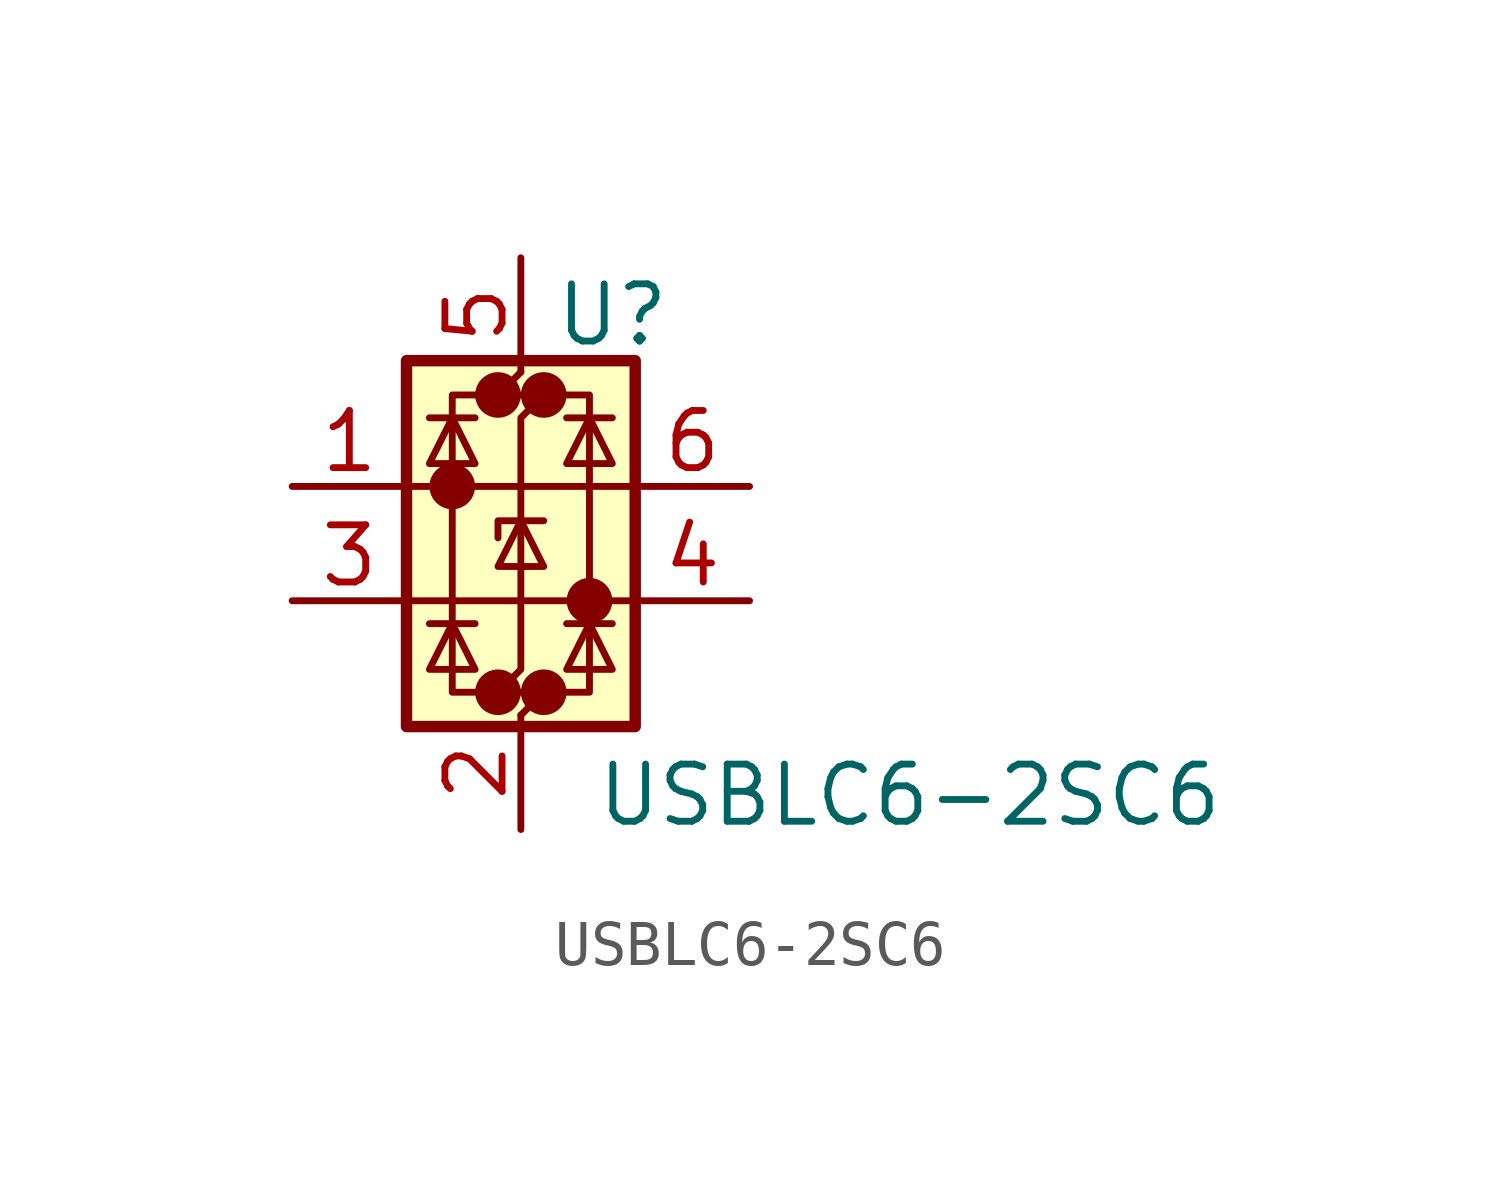
<source format=kicad_sym>
(kicad_symbol_lib
  (version 20241209)
  (generator "kicad_symbol_editor")
  (generator_version "9.0")
  (symbol "USBLC6-2SC6"
    (pin_names
      (hide yes))
    (property "Reference" "U"
      (at 2.032 5.08 0)
      (effects (font (size 1.27 1.27))))
    (property "Value" "USBLC6-2SC6"
      (at 8.636 -5.588 0)
      (effects (font (size 1.27 1.27))))
    (symbol "USBLC6-2SC6_0_0"
      (circle (center -1.524 1.27) (radius 0.0001) (stroke (width 0.508) (type default)) (fill (type none)))
      (circle (center -0.508 3.302) (radius 0.0001) (stroke (width 0.508) (type default)) (fill (type none)))
      (circle (center -0.508 -3.302) (radius 0.0001) (stroke (width 0.508) (type default)) (fill (type none)))
      (circle (center 0.508 3.302) (radius 0.0001) (stroke (width 0.508) (type default)) (fill (type none)))
      (circle (center 0.508 -3.302) (radius 0.0001) (stroke (width 0.508) (type default)) (fill (type none)))
      (circle (center 1.524 -1.27) (radius 0.0001) (stroke (width 0.508) (type default)) (fill (type none))))
    (symbol "USBLC6-2SC6_0_1"
      (polyline (pts (xy -2.54 1.27) (xy 2.54 1.27)) (stroke (width 0) (type default)) (fill (type none)))
      (polyline (pts (xy -2.54 -1.27) (xy 2.54 -1.27)) (stroke (width 0) (type default)) (fill (type none)))
      (polyline (pts (xy -2.032 1.778) (xy -1.016 1.778) (xy -1.524 2.794) (xy -2.032 1.778)) (stroke (width 0) (type default)) (fill (type none)))
      (polyline (pts (xy -2.032 -1.778) (xy -1.016 -1.778)) (stroke (width 0) (type default)) (fill (type none)))
      (polyline (pts (xy -1.016 2.794) (xy -2.032 2.794)) (stroke (width 0) (type default)) (fill (type none)))
      (polyline (pts (xy -1.016 -2.794) (xy -2.032 -2.794) (xy -1.524 -1.778) (xy -1.016 -2.794)) (stroke (width 0) (type default)) (fill (type none)))
      (polyline (pts (xy -0.508 0.127) (xy -0.508 0.508) (xy 0.508 0.508)) (stroke (width 0) (type default)) (fill (type none)))
      (polyline (pts (xy 0 3.81) (xy -0.508 3.302) (xy 0.508 3.302) (xy 0 2.794) (xy 0 -2.794) (xy -0.508 -3.302) (xy 0.508 -3.302) (xy 0 -3.81)) (stroke (width 0) (type default)) (fill (type none)))
      (polyline (pts (xy 0.508 -0.508) (xy -0.508 -0.508) (xy 0 0.508) (xy 0.508 -0.508)) (stroke (width 0) (type default)) (fill (type none)))
      (polyline (pts (xy 1.016 2.794) (xy 2.032 2.794)) (stroke (width 0) (type default)) (fill (type none)))
      (polyline (pts (xy 1.016 -1.778) (xy 2.032 -1.778)) (stroke (width 0) (type default)) (fill (type none)))
      (polyline (pts (xy 2.032 1.778) (xy 1.016 1.778) (xy 1.524 2.794) (xy 2.032 1.778)) (stroke (width 0) (type default)) (fill (type none)))
      (polyline (pts (xy 2.032 -2.794) (xy 1.016 -2.794) (xy 1.524 -1.778) (xy 2.032 -2.794)) (stroke (width 0) (type default)) (fill (type none))))
    (symbol "USBLC6-2SC6_1_1"
      (rectangle (start -2.54 4.064) (end 2.54 -4.064) (stroke (width 0.254) (type default)) (fill (type background)))
      (polyline (pts (xy -0.508 3.302) (xy -1.524 3.302) (xy -1.524 -3.302) (xy -0.508 -3.302)) (stroke (width 0) (type default)) (fill (type none)))
      (polyline (pts (xy 0.508 -3.302) (xy 1.524 -3.302) (xy 1.524 3.302) (xy 0.508 3.302)) (stroke (width 0) (type default)) (fill (type none)))
      (pin passive line (at -5.08 1.27 0) (length 2.54) (name "I/O1" (effects (font (size 1.27 1.27)))) (number "1" (effects (font (size 1.27 1.27)))))
      (pin passive line (at -5.08 -1.27 0) (length 2.54) (name "I/O2" (effects (font (size 1.27 1.27)))) (number "3" (effects (font (size 1.27 1.27)))))
      (pin passive line (at 0 6.35 270) (length 2.54) (name "VBUS" (effects (font (size 1.27 1.27)))) (number "5" (effects (font (size 1.27 1.27)))))
      (pin passive line (at 0 -6.35 90) (length 2.54) (name "GND" (effects (font (size 1.27 1.27)))) (number "2" (effects (font (size 1.27 1.27)))))
      (pin passive line (at 5.08 1.27 180) (length 2.54) (name "I/O1" (effects (font (size 1.27 1.27)))) (number "6" (effects (font (size 1.27 1.27)))))
      (pin passive line (at 5.08 -1.27 180) (length 2.54) (name "I/O2" (effects (font (size 1.27 1.27)))) (number "4" (effects (font (size 1.27 1.27))))))))
</source>
